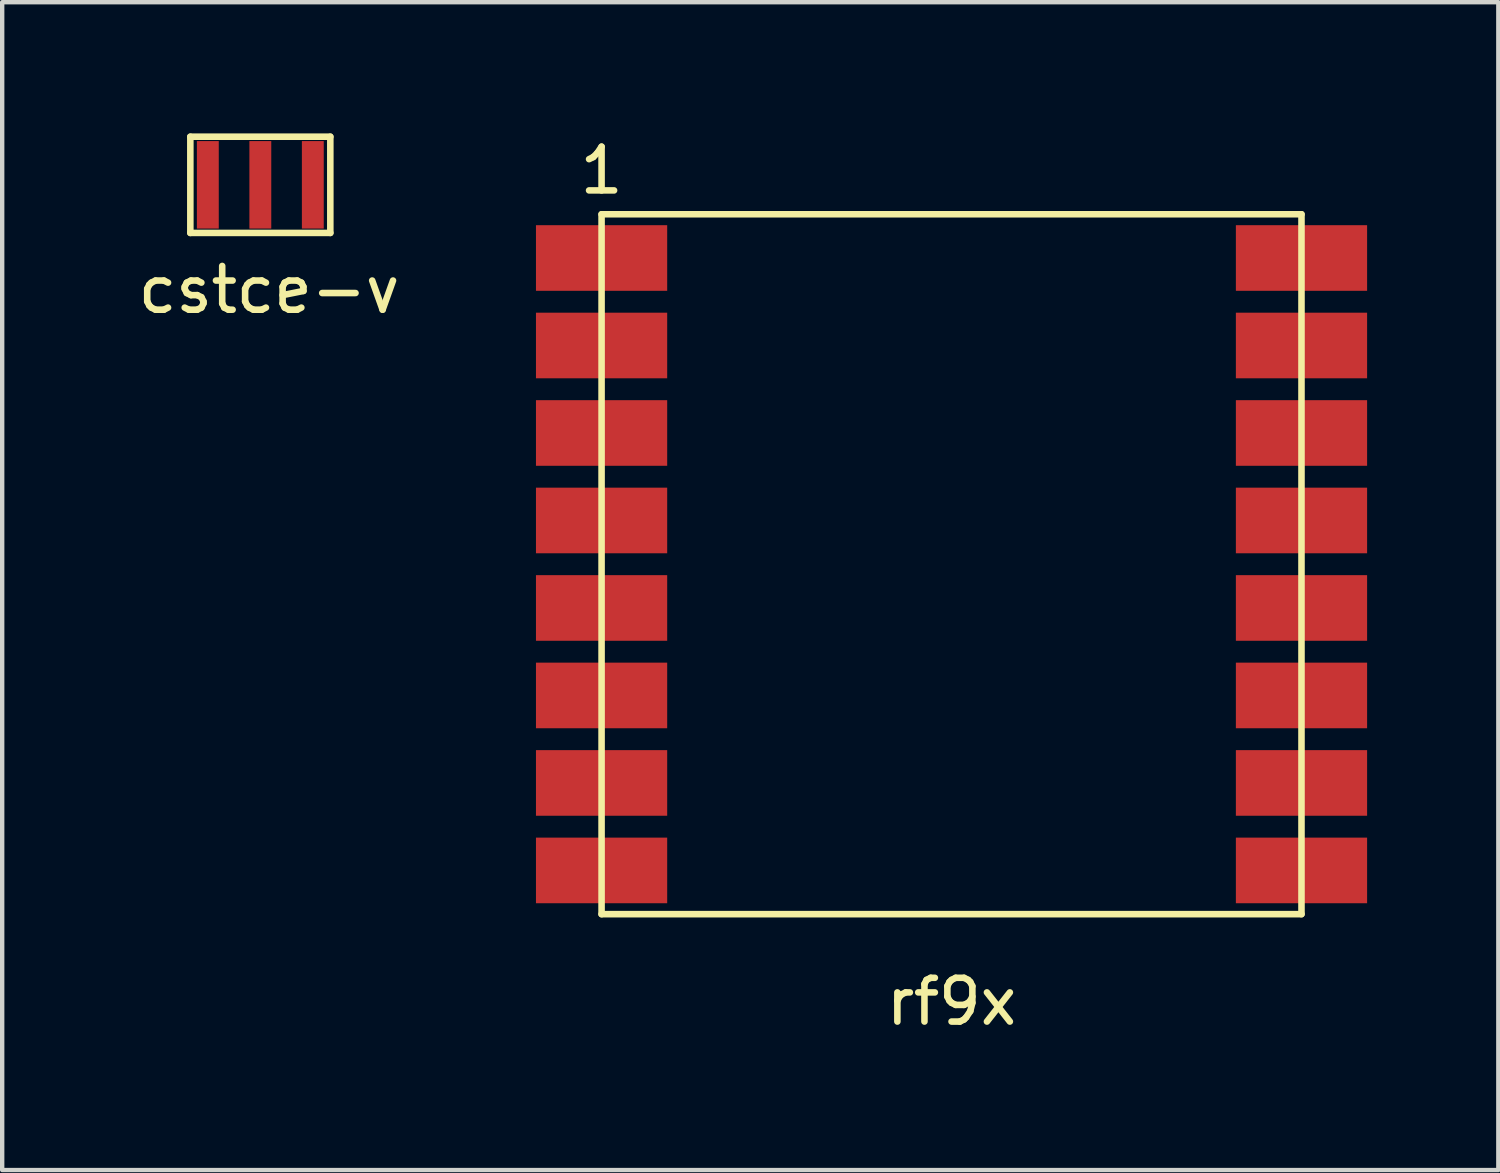
<source format=kicad_pcb>
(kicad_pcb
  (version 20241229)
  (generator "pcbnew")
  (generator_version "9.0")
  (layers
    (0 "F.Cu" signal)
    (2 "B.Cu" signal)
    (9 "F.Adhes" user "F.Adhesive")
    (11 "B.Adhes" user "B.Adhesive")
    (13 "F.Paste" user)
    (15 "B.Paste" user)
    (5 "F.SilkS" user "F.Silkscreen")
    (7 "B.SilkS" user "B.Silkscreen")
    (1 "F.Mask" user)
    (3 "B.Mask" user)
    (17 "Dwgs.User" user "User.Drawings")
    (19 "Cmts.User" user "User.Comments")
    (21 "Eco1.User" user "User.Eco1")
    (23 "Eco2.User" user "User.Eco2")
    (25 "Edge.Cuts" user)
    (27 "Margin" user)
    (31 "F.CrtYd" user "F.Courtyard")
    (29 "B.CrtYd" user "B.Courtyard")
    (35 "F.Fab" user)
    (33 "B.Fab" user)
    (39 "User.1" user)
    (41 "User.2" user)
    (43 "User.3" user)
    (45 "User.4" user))
  (footprint "cstce-v"
    (layer "F.Cu")
    (at 2.901 1.175)
    (property "Reference" "cstce-v" (at 0.2 2.4 0) (layer "F.SilkS") (effects (font (size 1 1) (thickness 0.15))))
    (attr through_hole)
    (fp_line (start -1.6 -1.1) (end -1.6 1.1) (stroke (width 0.15) (type solid)) (layer "F.SilkS"))
    (fp_line (start -1.6 1.1) (end 1.6 1.1) (stroke (width 0.15) (type solid)) (layer "F.SilkS"))
    (fp_line (start 1.6 -1.1) (end -1.6 -1.1) (stroke (width 0.15) (type solid)) (layer "F.SilkS"))
    (fp_line (start 1.6 1.1) (end 1.6 -1.1) (stroke (width 0.15) (type solid)) (layer "F.SilkS"))
    (pad "1" smd rect (at -1.2 0) (size 0.5 2) (layers "F.Cu" "F.Mask" "F.Paste"))
    (pad "2" smd rect (at 1.2 0) (size 0.5 2) (layers "F.Cu" "F.Mask" "F.Paste"))
    (pad "3" smd rect (at 0 0) (size 0.5 2) (layers "F.Cu" "F.Mask" "F.Paste")))
  (footprint "rf9x"
    (layer "F.Cu")
    (at 18.702 9.848)
    (property "Reference" "rf9x" (at 0 10 0) (layer "F.SilkS") (effects (font (size 1 1) (thickness 0.15))))
    (attr through_hole)
    (fp_line (start -8 -8) (end 8 -8) (stroke (width 0.15) (type solid)) (layer "F.SilkS"))
    (fp_line (start -8 8) (end -8 -8) (stroke (width 0.15) (type solid)) (layer "F.SilkS"))
    (fp_line (start 8 -8) (end 8 8) (stroke (width 0.15) (type solid)) (layer "F.SilkS"))
    (fp_line (start 8 8) (end -8 8) (stroke (width 0.15) (type solid)) (layer "F.SilkS"))
    (fp_text user "1" (at -8 -9 0) (layer "F.SilkS") (effects (font (size 1 1) (thickness 0.15))))
    (pad "1" smd rect (at -8 -7) (size 3 1.5) (layers "F.Cu" "F.Mask" "F.Paste"))
    (pad "2" smd rect (at -8 -5) (size 3 1.5) (layers "F.Cu" "F.Mask" "F.Paste"))
    (pad "3" smd rect (at -8 -3) (size 3 1.5) (layers "F.Cu" "F.Mask" "F.Paste"))
    (pad "4" smd rect (at -8 -1) (size 3 1.5) (layers "F.Cu" "F.Mask" "F.Paste"))
    (pad "5" smd rect (at -8 1) (size 3 1.5) (layers "F.Cu" "F.Mask" "F.Paste"))
    (pad "6" smd rect (at -8 3) (size 3 1.5) (layers "F.Cu" "F.Mask" "F.Paste"))
    (pad "7" smd rect (at -8 5) (size 3 1.5) (layers "F.Cu" "F.Mask" "F.Paste"))
    (pad "8" smd rect (at -8 7) (size 3 1.5) (layers "F.Cu" "F.Mask" "F.Paste"))
    (pad "9" smd rect (at 8 7) (size 3 1.5) (layers "F.Cu" "F.Mask" "F.Paste"))
    (pad "10" smd rect (at 8 5) (size 3 1.5) (layers "F.Cu" "F.Mask" "F.Paste"))
    (pad "11" smd rect (at 8 3) (size 3 1.5) (layers "F.Cu" "F.Mask" "F.Paste"))
    (pad "12" smd rect (at 8 1) (size 3 1.5) (layers "F.Cu" "F.Mask" "F.Paste"))
    (pad "13" smd rect (at 8 -1) (size 3 1.5) (layers "F.Cu" "F.Mask" "F.Paste"))
    (pad "14" smd rect (at 8 -3) (size 3 1.5) (layers "F.Cu" "F.Mask" "F.Paste"))
    (pad "15" smd rect (at 8 -5) (size 3 1.5) (layers "F.Cu" "F.Mask" "F.Paste"))
    (pad "16" smd rect (at 8 -7) (size 3 1.5) (layers "F.Cu" "F.Mask" "F.Paste")))
  (gr_rect
    (start -3 -3)
    (end 31.202 23.697)
    (stroke (width 0.1) (type default))
    (fill no)
    (layer "Edge.Cuts")))
</source>
